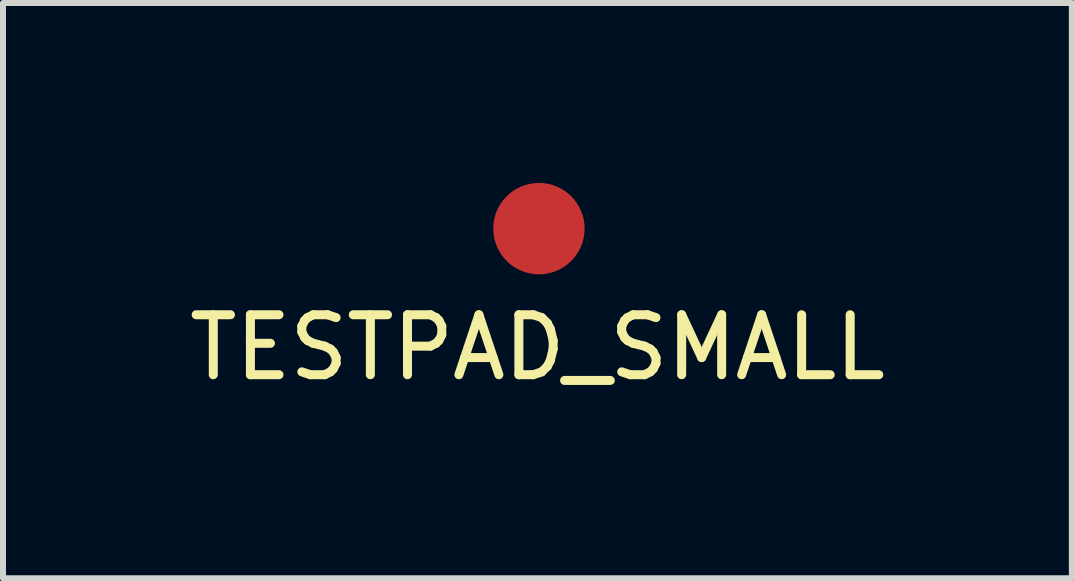
<source format=kicad_pcb>
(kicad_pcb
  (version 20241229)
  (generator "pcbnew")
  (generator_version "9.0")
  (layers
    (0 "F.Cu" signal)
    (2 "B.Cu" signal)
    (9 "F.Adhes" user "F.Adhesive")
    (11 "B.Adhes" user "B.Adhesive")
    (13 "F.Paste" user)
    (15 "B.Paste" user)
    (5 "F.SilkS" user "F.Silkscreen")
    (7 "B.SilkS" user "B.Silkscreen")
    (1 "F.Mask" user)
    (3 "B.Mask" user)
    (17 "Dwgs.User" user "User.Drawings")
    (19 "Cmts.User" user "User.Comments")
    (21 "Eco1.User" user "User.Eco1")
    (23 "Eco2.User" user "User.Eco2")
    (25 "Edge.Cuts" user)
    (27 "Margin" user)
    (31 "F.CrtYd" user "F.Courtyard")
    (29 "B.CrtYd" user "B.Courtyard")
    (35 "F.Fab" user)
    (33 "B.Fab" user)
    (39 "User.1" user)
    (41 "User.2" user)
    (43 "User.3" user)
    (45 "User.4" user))
  (footprint "TESTPAD_SMALL"
    (layer "F.Cu")
    (at 5.911 0.787)
    (property "Reference" "TESTPAD_SMALL" (at 0 1.956 0) (layer "F.SilkS") (effects (font (size 1 1) (thickness 0.15))))
    (attr through_hole)
    (pad "1" smd circle (at 0.025 -0.025) (size 1.524 1.524) (layers "F.Cu" "F.Mask" "F.Paste")))
  (gr_rect
    (start -3 -3)
    (end 14.821 6.591)
    (stroke (width 0.1) (type default))
    (fill no)
    (layer "Edge.Cuts")))
</source>
